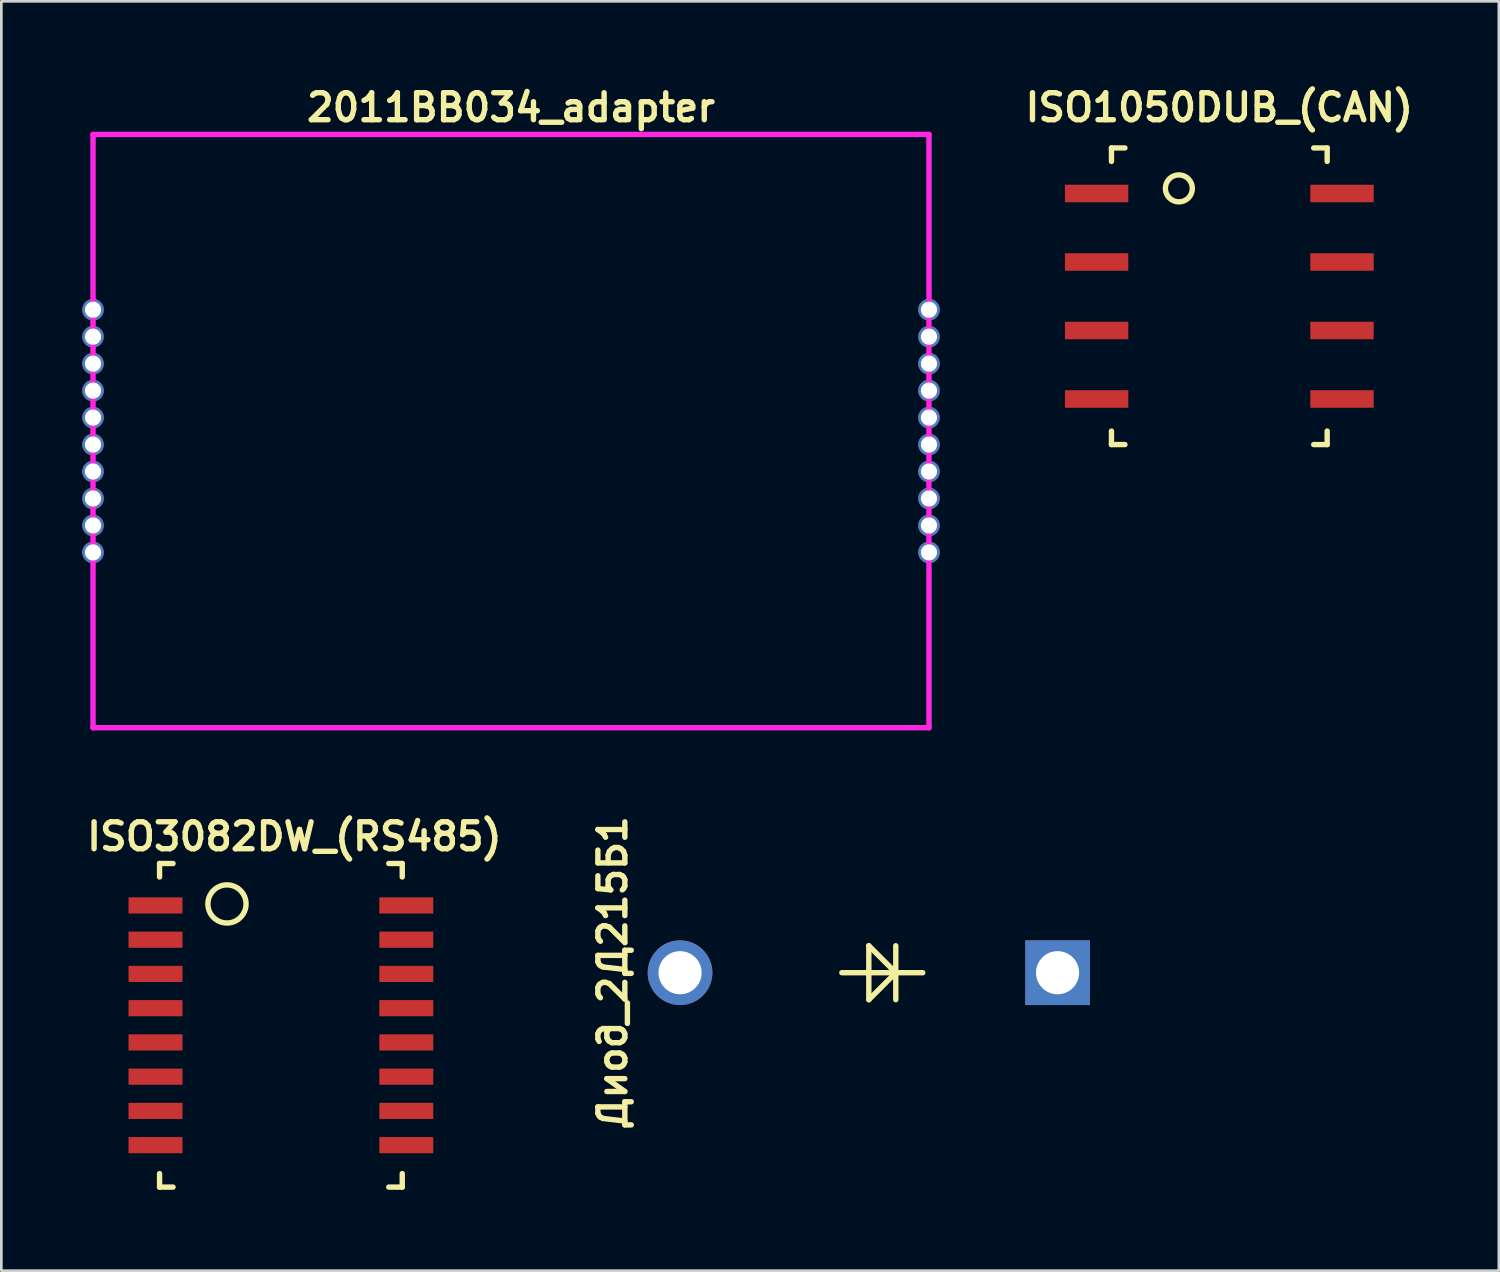
<source format=kicad_pcb>
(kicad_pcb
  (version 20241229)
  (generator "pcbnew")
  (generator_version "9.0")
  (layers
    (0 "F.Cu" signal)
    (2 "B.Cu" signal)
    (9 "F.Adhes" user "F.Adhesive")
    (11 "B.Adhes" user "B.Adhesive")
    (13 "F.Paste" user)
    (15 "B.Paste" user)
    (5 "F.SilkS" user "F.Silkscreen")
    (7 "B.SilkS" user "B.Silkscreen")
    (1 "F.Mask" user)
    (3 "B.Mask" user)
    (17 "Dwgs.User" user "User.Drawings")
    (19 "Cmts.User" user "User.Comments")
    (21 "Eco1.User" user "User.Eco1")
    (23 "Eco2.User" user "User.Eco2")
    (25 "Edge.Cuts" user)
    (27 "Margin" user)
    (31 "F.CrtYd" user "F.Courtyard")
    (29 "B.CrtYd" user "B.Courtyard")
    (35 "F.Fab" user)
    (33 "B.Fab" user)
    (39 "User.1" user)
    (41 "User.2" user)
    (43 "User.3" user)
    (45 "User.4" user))
  (footprint "2011ВВ034_adapter"
    (layer "F.Cu")
    (at 15.9 12.936)
    (property "Reference" "2011ВВ034_adapter" (at 0 -12 0) (layer "F.SilkS") (effects (font (size 1 1) (thickness 0.2))))
    (attr through_hole)
    (fp_line (start -15.5 -11) (end 15.5 -11) (stroke (width 0.2) (type solid)) (layer "F.CrtYd"))
    (fp_line (start -15.5 11) (end -15.5 -11) (stroke (width 0.2) (type solid)) (layer "F.CrtYd"))
    (fp_line (start 15.5 -11) (end 15.5 11) (stroke (width 0.2) (type solid)) (layer "F.CrtYd"))
    (fp_line (start 15.5 11) (end -15.5 11) (stroke (width 0.2) (type solid)) (layer "F.CrtYd"))
    (fp_text user "" (at 14.35 5.75 0) (layer "F.SilkS") (effects (font (size 2 1.6) (thickness 0.3))))
    (pad "1A" thru_hole circle (at -15.5 -4.5) (size 0.8 0.8) (drill 0.6) (layers "*.Cu" "*.Mask"))
    (pad "1B" thru_hole circle (at 15.5 4.5) (size 0.8 0.8) (drill 0.6) (layers "*.Cu" "*.Mask"))
    (pad "2A" thru_hole circle (at -15.5 -3.5) (size 0.8 0.8) (drill 0.6) (layers "*.Cu" "*.Mask"))
    (pad "2B" thru_hole circle (at 15.5 3.5) (size 0.8 0.8) (drill 0.6) (layers "*.Cu" "*.Mask"))
    (pad "3A" thru_hole circle (at -15.5 -2.5) (size 0.8 0.8) (drill 0.6) (layers "*.Cu" "*.Mask"))
    (pad "3B" thru_hole circle (at 15.5 2.5) (size 0.8 0.8) (drill 0.6) (layers "*.Cu" "*.Mask"))
    (pad "4A" thru_hole circle (at -15.5 -1.5) (size 0.8 0.8) (drill 0.6) (layers "*.Cu" "*.Mask"))
    (pad "4B" thru_hole circle (at 15.5 1.5) (size 0.8 0.8) (drill 0.6) (layers "*.Cu" "*.Mask"))
    (pad "5A" thru_hole circle (at -15.5 -0.5) (size 0.8 0.8) (drill 0.6) (layers "*.Cu" "*.Mask"))
    (pad "5B" thru_hole circle (at 15.5 0.5) (size 0.8 0.8) (drill 0.6) (layers "*.Cu" "*.Mask"))
    (pad "6A" thru_hole circle (at -15.5 0.5) (size 0.8 0.8) (drill 0.6) (layers "*.Cu" "*.Mask"))
    (pad "6B" thru_hole circle (at 15.5 -0.5) (size 0.8 0.8) (drill 0.6) (layers "*.Cu" "*.Mask"))
    (pad "7A" thru_hole circle (at -15.5 1.5) (size 0.8 0.8) (drill 0.6) (layers "*.Cu" "*.Mask"))
    (pad "7B" thru_hole circle (at 15.5 -1.5) (size 0.8 0.8) (drill 0.6) (layers "*.Cu" "*.Mask"))
    (pad "8A" thru_hole circle (at -15.5 2.5) (size 0.8 0.8) (drill 0.6) (layers "*.Cu" "*.Mask"))
    (pad "8B" thru_hole circle (at 15.5 -2.5) (size 0.8 0.8) (drill 0.6) (layers "*.Cu" "*.Mask"))
    (pad "9A" thru_hole circle (at -15.5 3.5) (size 0.8 0.8) (drill 0.6) (layers "*.Cu" "*.Mask"))
    (pad "9B" thru_hole circle (at 15.5 -3.5) (size 0.8 0.8) (drill 0.6) (layers "*.Cu" "*.Mask"))
    (pad "10A" thru_hole circle (at -15.5 4.5) (size 0.8 0.8) (drill 0.6) (layers "*.Cu" "*.Mask"))
    (pad "10B" thru_hole circle (at 15.5 -4.5) (size 0.8 0.8) (drill 0.6) (layers "*.Cu" "*.Mask")))
  (footprint "Диод_2Д215Б1"
    (layer "F.Cu")
    (at 22.169 33.022)
    (property "Reference" "Диод_2Д215Б1" (at -2.5 0 90) (layer "F.SilkS") (effects (font (size 1 1) (thickness 0.2))))
    (attr through_hole)
    (fp_line (start 7 -1) (end 7 1) (stroke (width 0.2) (type solid)) (layer "F.SilkS"))
    (fp_line (start 7 -1) (end 8 0) (stroke (width 0.2) (type solid)) (layer "F.SilkS"))
    (fp_line (start 8 -1) (end 8 1) (stroke (width 0.2) (type solid)) (layer "F.SilkS"))
    (fp_line (start 8 0) (end 7 1) (stroke (width 0.2) (type solid)) (layer "F.SilkS"))
    (fp_line (start 9 0) (end 6 0) (stroke (width 0.2) (type solid)) (layer "F.SilkS"))
    (pad "1" thru_hole circle (at 0 0) (size 2.4 2.4) (drill 1.6) (layers "*.Cu" "*.Mask"))
    (pad "2" thru_hole rect (at 14 0) (size 2.4 2.4) (drill 1.6) (layers "*.Cu" "*.Mask")))
  (footprint "ISO3082DW_(RS485)"
    (layer "F.Cu")
    (at 7.367 34.972)
    (property "Reference" "ISO3082DW_(RS485)" (at 0.5 -7 0) (layer "F.SilkS") (effects (font (size 1 1) (thickness 0.2))))
    (attr through_hole)
    (fp_line (start -4.5 -6) (end -4 -6) (stroke (width 0.2) (type solid)) (layer "F.SilkS"))
    (fp_line (start -4.5 -5.5) (end -4.5 -6) (stroke (width 0.2) (type solid)) (layer "F.SilkS"))
    (fp_line (start -4.5 6) (end -4.5 5.5) (stroke (width 0.2) (type solid)) (layer "F.SilkS"))
    (fp_line (start -4 6) (end -4.5 6) (stroke (width 0.2) (type solid)) (layer "F.SilkS"))
    (fp_line (start 4 -6) (end 4.5 -6) (stroke (width 0.2) (type solid)) (layer "F.SilkS"))
    (fp_line (start 4.5 -6) (end 4.5 -5.5) (stroke (width 0.2) (type solid)) (layer "F.SilkS"))
    (fp_line (start 4.5 5.5) (end 4.5 6) (stroke (width 0.2) (type solid)) (layer "F.SilkS"))
    (fp_line (start 4.5 6) (end 4 6) (stroke (width 0.2) (type solid)) (layer "F.SilkS"))
    (fp_circle (center -2 -4.5) (end -1.5 -5) (stroke (width 0.2) (type solid)) (fill no) (layer "F.SilkS"))
    (pad "1" smd rect (at -4.65 -4.445) (size 2 0.6) (layers "F.Cu" "F.Mask" "F.Paste"))
    (pad "2" smd rect (at -4.65 -3.175) (size 2 0.6) (layers "F.Cu" "F.Mask" "F.Paste"))
    (pad "3" smd rect (at -4.65 -1.905) (size 2 0.6) (layers "F.Cu" "F.Mask" "F.Paste"))
    (pad "4" smd rect (at -4.65 -0.635) (size 2 0.6) (layers "F.Cu" "F.Mask" "F.Paste"))
    (pad "5" smd rect (at -4.65 0.635) (size 2 0.6) (layers "F.Cu" "F.Mask" "F.Paste"))
    (pad "6" smd rect (at -4.65 1.905) (size 2 0.6) (layers "F.Cu" "F.Mask" "F.Paste"))
    (pad "7" smd rect (at -4.65 3.175) (size 2 0.6) (layers "F.Cu" "F.Mask" "F.Paste"))
    (pad "8" smd rect (at -4.65 4.445) (size 2 0.6) (layers "F.Cu" "F.Mask" "F.Paste"))
    (pad "9" smd rect (at 4.65 4.445) (size 2 0.6) (layers "F.Cu" "F.Mask" "F.Paste"))
    (pad "10" smd rect (at 4.65 3.175) (size 2 0.6) (layers "F.Cu" "F.Mask" "F.Paste"))
    (pad "11" smd rect (at 4.65 1.905) (size 2 0.6) (layers "F.Cu" "F.Mask" "F.Paste"))
    (pad "12" smd rect (at 4.65 0.635) (size 2 0.6) (layers "F.Cu" "F.Mask" "F.Paste"))
    (pad "13" smd rect (at 4.65 -0.635) (size 2 0.6) (layers "F.Cu" "F.Mask" "F.Paste"))
    (pad "14" smd rect (at 4.65 -1.905) (size 2 0.6) (layers "F.Cu" "F.Mask" "F.Paste"))
    (pad "15" smd rect (at 4.65 -3.175) (size 2 0.6) (layers "F.Cu" "F.Mask" "F.Paste"))
    (pad "16" smd rect (at 4.65 -4.445) (size 2 0.6) (layers "F.Cu" "F.Mask" "F.Paste")))
  (footprint "ISO1050DUB_(CAN)"
    (layer "F.Cu")
    (at 42.167 7.936)
    (property "Reference" "ISO1050DUB_(CAN)" (at 0 -7 0) (layer "F.SilkS") (effects (font (size 1 1) (thickness 0.2))))
    (attr through_hole)
    (fp_line (start -4 -5.5) (end -3.5 -5.5) (stroke (width 0.2) (type solid)) (layer "F.SilkS"))
    (fp_line (start -4 -5) (end -4 -5.5) (stroke (width 0.2) (type solid)) (layer "F.SilkS"))
    (fp_line (start -4 5.5) (end -4 5) (stroke (width 0.2) (type solid)) (layer "F.SilkS"))
    (fp_line (start -3.5 5.5) (end -4 5.5) (stroke (width 0.2) (type solid)) (layer "F.SilkS"))
    (fp_line (start 3.5 -5.5) (end 4 -5.5) (stroke (width 0.2) (type solid)) (layer "F.SilkS"))
    (fp_line (start 4 -5.5) (end 4 -5) (stroke (width 0.2) (type solid)) (layer "F.SilkS"))
    (fp_line (start 4 5) (end 4 5.5) (stroke (width 0.2) (type solid)) (layer "F.SilkS"))
    (fp_line (start 4 5.5) (end 3.5 5.5) (stroke (width 0.2) (type solid)) (layer "F.SilkS"))
    (fp_circle (center -1.5 -4) (end -1 -4) (stroke (width 0.2) (type solid)) (fill no) (layer "F.SilkS"))
    (pad "1" smd rect (at -4.55 -3.81) (size 2.35 0.65) (layers "F.Cu" "F.Mask" "F.Paste"))
    (pad "2" smd rect (at -4.55 -1.27) (size 2.35 0.65) (layers "F.Cu" "F.Mask" "F.Paste"))
    (pad "3" smd rect (at -4.55 1.27) (size 2.35 0.65) (layers "F.Cu" "F.Mask" "F.Paste"))
    (pad "4" smd rect (at -4.55 3.81) (size 2.35 0.65) (layers "F.Cu" "F.Mask" "F.Paste"))
    (pad "5" smd rect (at 4.55 3.81) (size 2.35 0.65) (layers "F.Cu" "F.Mask" "F.Paste"))
    (pad "6" smd rect (at 4.55 1.27) (size 2.35 0.65) (layers "F.Cu" "F.Mask" "F.Paste"))
    (pad "7" smd rect (at 4.55 -1.27) (size 2.35 0.65) (layers "F.Cu" "F.Mask" "F.Paste"))
    (pad "8" smd rect (at 4.55 -3.81) (size 2.35 0.65) (layers "F.Cu" "F.Mask" "F.Paste")))
  (gr_rect
    (start -3 -3)
    (end 52.533 44.072)
    (stroke (width 0.1) (type default))
    (fill no)
    (layer "Edge.Cuts")))
</source>
